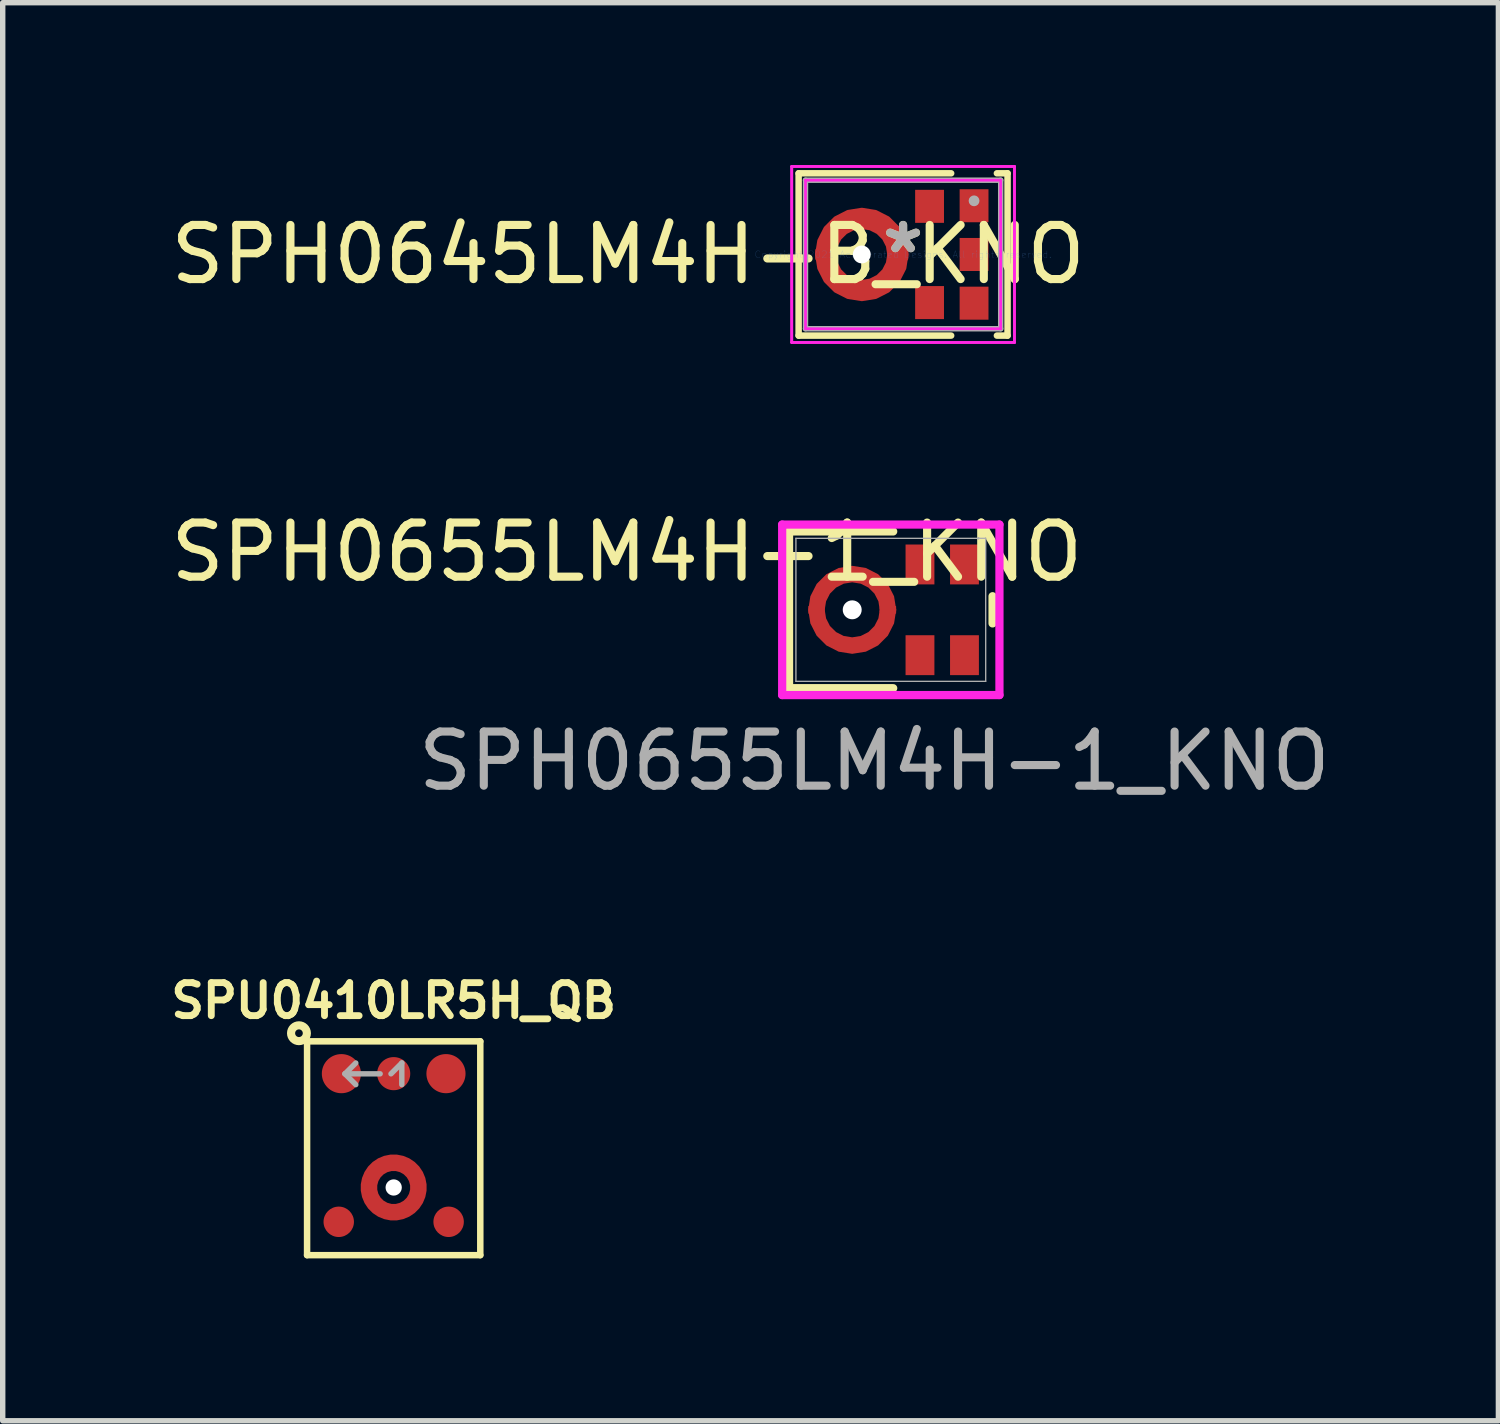
<source format=kicad_pcb>
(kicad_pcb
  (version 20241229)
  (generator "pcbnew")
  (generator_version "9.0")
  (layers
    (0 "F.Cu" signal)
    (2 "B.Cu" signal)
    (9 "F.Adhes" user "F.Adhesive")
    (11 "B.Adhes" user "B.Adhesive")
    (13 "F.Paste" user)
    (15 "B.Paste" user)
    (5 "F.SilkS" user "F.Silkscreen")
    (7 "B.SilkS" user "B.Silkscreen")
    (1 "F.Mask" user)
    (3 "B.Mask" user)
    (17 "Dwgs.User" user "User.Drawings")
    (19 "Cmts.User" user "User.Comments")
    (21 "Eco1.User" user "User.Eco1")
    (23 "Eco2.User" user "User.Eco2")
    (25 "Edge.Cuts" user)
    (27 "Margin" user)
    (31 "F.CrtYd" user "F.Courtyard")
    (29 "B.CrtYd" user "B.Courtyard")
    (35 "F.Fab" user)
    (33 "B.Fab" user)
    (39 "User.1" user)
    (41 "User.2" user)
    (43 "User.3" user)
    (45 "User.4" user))
  (footprint "SPH0645LM4H-B_KNO"
    (layer "F.Cu")
    (at 13.634 1.651)
    (property "Reference" "SPH0645LM4H-B_KNO" (at -5.08 0 0) (layer "F.SilkS") (effects (font (size 1 1) (thickness 0.15))))
    (attr through_hole)
    (fp_poly (pts (xy -0.245 -0.045) (xy -0.243 0) (xy -0.268 0.161) (xy -0.342 0.306) (xy -0.457 0.421) (xy -0.602 0.495) (xy -0.763 0.521) (xy -0.924 0.495) (xy -1.069 0.421) (xy -1.185 0.306) (xy -1.259 0.161) (xy -1.284 0) (xy -1.282 -0.045) (xy -1.573 -0.071) (xy -1.576 0) (xy -1.536 0.251) (xy -1.421 0.478) (xy -1.241 0.658) (xy -1.015 0.773) (xy -0.763 0.813) (xy -0.512 0.773) (xy -0.286 0.658) (xy -0.106 0.478) (xy 0.01 0.251) (xy 0.049 0) (xy 0.046 -0.071)) (stroke (width 0.1) (type solid)) (fill yes) (layer "F.Cu"))
    (fp_poly (pts (xy -0.245 0.045) (xy -0.243 0) (xy -0.268 -0.161) (xy -0.342 -0.306) (xy -0.457 -0.421) (xy -0.602 -0.495) (xy -0.763 -0.521) (xy -0.924 -0.495) (xy -1.069 -0.421) (xy -1.185 -0.306) (xy -1.259 -0.161) (xy -1.284 0) (xy -1.282 0.045) (xy -1.573 0.071) (xy -1.576 0) (xy -1.536 -0.251) (xy -1.421 -0.478) (xy -1.241 -0.658) (xy -1.015 -0.773) (xy -0.763 -0.813) (xy -0.512 -0.773) (xy -0.286 -0.658) (xy -0.106 -0.478) (xy 0.01 -0.251) (xy 0.049 0) (xy 0.046 0.071)) (stroke (width 0.1) (type solid)) (fill yes) (layer "F.Cu"))
    (fp_poly (pts (xy -0.245 -0.045) (xy -0.243 0) (xy -0.268 0.161) (xy -0.342 0.306) (xy -0.457 0.421) (xy -0.602 0.495) (xy -0.763 0.521) (xy -0.924 0.495) (xy -1.069 0.421) (xy -1.185 0.306) (xy -1.259 0.161) (xy -1.284 0) (xy -1.282 -0.045) (xy -1.573 -0.071) (xy -1.576 0) (xy -1.536 0.251) (xy -1.421 0.478) (xy -1.241 0.658) (xy -1.015 0.773) (xy -0.763 0.813) (xy -0.512 0.773) (xy -0.286 0.658) (xy -0.106 0.478) (xy 0.01 0.251) (xy 0.049 0) (xy 0.046 -0.071)) (stroke (width 0.1) (type solid)) (fill yes) (layer "F.Mask"))
    (fp_poly (pts (xy -0.245 0.045) (xy -0.243 0) (xy -0.268 -0.161) (xy -0.342 -0.306) (xy -0.457 -0.421) (xy -0.602 -0.495) (xy -0.763 -0.521) (xy -0.924 -0.495) (xy -1.069 -0.421) (xy -1.185 -0.306) (xy -1.259 -0.161) (xy -1.284 0) (xy -1.282 0.045) (xy -1.573 0.071) (xy -1.576 0) (xy -1.536 -0.251) (xy -1.421 -0.478) (xy -1.241 -0.658) (xy -1.015 -0.773) (xy -0.763 -0.813) (xy -0.512 -0.773) (xy -0.286 -0.658) (xy -0.106 -0.478) (xy 0.01 -0.251) (xy 0.049 0) (xy 0.046 0.071)) (stroke (width 0.1) (type solid)) (fill yes) (layer "F.Mask"))
    (fp_line (start -1.93 -1.499) (end -1.93 1.499) (stroke (width 0.12) (type solid)) (layer "F.SilkS"))
    (fp_line (start -1.93 1.499) (end 0.888 1.499) (stroke (width 0.12) (type solid)) (layer "F.SilkS"))
    (fp_line (start 0.888 -1.499) (end -1.93 -1.499) (stroke (width 0.12) (type solid)) (layer "F.SilkS"))
    (fp_line (start 1.733 1.499) (end 1.93 1.499) (stroke (width 0.12) (type solid)) (layer "F.SilkS"))
    (fp_line (start 1.93 -1.499) (end 1.733 -1.499) (stroke (width 0.12) (type solid)) (layer "F.SilkS"))
    (fp_line (start 1.93 1.499) (end 1.93 -1.499) (stroke (width 0.12) (type solid)) (layer "F.SilkS"))
    (fp_poly (pts (xy -0.245 -0.045) (xy -0.243 0) (xy -0.268 0.161) (xy -0.342 0.306) (xy -0.457 0.421) (xy -0.602 0.495) (xy -0.763 0.521) (xy -0.924 0.495) (xy -1.069 0.421) (xy -1.185 0.306) (xy -1.259 0.161) (xy -1.284 0) (xy -1.282 -0.045) (xy -1.573 -0.071) (xy -1.576 0) (xy -1.536 0.251) (xy -1.421 0.478) (xy -1.241 0.658) (xy -1.015 0.773) (xy -0.763 0.813) (xy -0.512 0.773) (xy -0.286 0.658) (xy -0.106 0.478) (xy 0.01 0.251) (xy 0.049 0) (xy 0.046 -0.071)) (stroke (width 0.1) (type solid)) (fill yes) (layer "F.Paste"))
    (fp_poly (pts (xy -0.245 0.045) (xy -0.243 0) (xy -0.268 -0.161) (xy -0.342 -0.306) (xy -0.457 -0.421) (xy -0.602 -0.495) (xy -0.763 -0.521) (xy -0.924 -0.495) (xy -1.069 -0.421) (xy -1.185 -0.306) (xy -1.259 -0.161) (xy -1.284 0) (xy -1.282 0.045) (xy -1.573 0.071) (xy -1.576 0) (xy -1.536 -0.251) (xy -1.421 -0.478) (xy -1.241 -0.658) (xy -1.015 -0.773) (xy -0.763 -0.813) (xy -0.512 -0.773) (xy -0.286 -0.658) (xy -0.106 -0.478) (xy 0.01 -0.251) (xy 0.049 0) (xy 0.046 0.071)) (stroke (width 0.1) (type solid)) (fill yes) (layer "F.Paste"))
    (fp_line (start -2.057 -1.626) (end 2.057 -1.626) (stroke (width 0.05) (type solid)) (layer "F.CrtYd"))
    (fp_line (start -2.057 -1.626) (end 2.057 -1.626) (stroke (width 0.05) (type solid)) (layer "F.CrtYd"))
    (fp_line (start -2.057 1.626) (end -2.057 -1.626) (stroke (width 0.05) (type solid)) (layer "F.CrtYd"))
    (fp_line (start -2.057 1.626) (end -2.057 -1.626) (stroke (width 0.05) (type solid)) (layer "F.CrtYd"))
    (fp_line (start -1.803 -1.372) (end 1.803 -1.372) (stroke (width 0.05) (type solid)) (layer "F.CrtYd"))
    (fp_line (start -1.803 1.372) (end -1.803 -1.372) (stroke (width 0.05) (type solid)) (layer "F.CrtYd"))
    (fp_line (start 1.803 -1.372) (end 1.803 1.372) (stroke (width 0.05) (type solid)) (layer "F.CrtYd"))
    (fp_line (start 1.803 1.372) (end -1.803 1.372) (stroke (width 0.05) (type solid)) (layer "F.CrtYd"))
    (fp_line (start 2.057 -1.626) (end 2.057 1.626) (stroke (width 0.05) (type solid)) (layer "F.CrtYd"))
    (fp_line (start 2.057 -1.626) (end 2.057 1.626) (stroke (width 0.05) (type solid)) (layer "F.CrtYd"))
    (fp_line (start 2.057 1.626) (end -2.057 1.626) (stroke (width 0.05) (type solid)) (layer "F.CrtYd"))
    (fp_line (start 2.057 1.626) (end -2.057 1.626) (stroke (width 0.05) (type solid)) (layer "F.CrtYd"))
    (fp_line (start -1.803 -1.372) (end -1.803 1.372) (stroke (width 0.1) (type solid)) (layer "F.Fab"))
    (fp_line (start -1.803 1.372) (end 1.803 1.372) (stroke (width 0.1) (type solid)) (layer "F.Fab"))
    (fp_line (start 1.803 -1.372) (end -1.803 -1.372) (stroke (width 0.1) (type solid)) (layer "F.Fab"))
    (fp_line (start 1.803 1.372) (end 1.803 -1.372) (stroke (width 0.1) (type solid)) (layer "F.Fab"))
    (fp_circle (center 1.311 -0.991) (end 1.311 -0.991) (stroke (width 0.1) (type solid)) (fill no) (layer "F.Fab"))
    (fp_text user "*" (at 0 0 0) (layer "F.SilkS") (effects (font (size 1 1) (thickness 0.15))))
    (fp_text user "Copyright 2021 Accelerated Designs. All rights reserved." (at 0 0 0) (layer "Cmts.User") (effects (font (size 0.127 0.127) (thickness 0.002))))
    (fp_text user "*" (at 0 0 0) (layer "F.Fab") (effects (font (size 1 1) (thickness 0.15))))
    (pad "" np_thru_hole circle (at -0.763 0) (size 0.33 0.33) (drill 0.33) (layers "*.Cu" "*.Mask"))
    (pad "1" smd rect (at 1.311 -0.9) (size 0.533 0.61) (layers "F.Cu" "F.Mask" "F.Paste"))
    (pad "2" smd rect (at 0.489 -0.889) (size 0.533 0.61) (layers "F.Cu" "F.Mask" "F.Paste"))
    (pad "3" smd roundrect (at -1.422 0) (size 0.3 0.4) (layers "F.Cu" "F.Mask" "F.Paste") (roundrect_rratio 0.25))
    (pad "4" smd rect (at 0.489 0.889) (size 0.533 0.61) (layers "F.Cu" "F.Mask" "F.Paste"))
    (pad "5" smd rect (at 1.311 0.9) (size 0.533 0.61) (layers "F.Cu" "F.Mask" "F.Paste"))
    (pad "6" smd rect (at 1.311 0) (size 0.533 0.61) (layers "F.Cu" "F.Mask" "F.Paste")))
  (footprint "SPH0655LM4H-1_KNO"
    (layer "F.Cu")
    (at 13.407 8.216)
    (property "Reference" "SPH0655LM4H-1_KNO" (at -4.877 -1.067 0) (unlocked yes) (layer "F.SilkS") (effects (font (size 1 1) (thickness 0.15))))
    (attr smd)
    (fp_poly (pts (xy 0.097 -0.071) (xy 0.1 0) (xy 0.06 0.251) (xy -0.055 0.478) (xy -0.235 0.658) (xy -0.461 0.773) (xy -0.713 0.813) (xy -0.964 0.773) (xy -1.19 0.658) (xy -1.37 0.478) (xy -1.486 0.251) (xy -1.525 0) (xy -1.522 -0.071) (xy -1.219 -0.044) (xy -1.221 0) (xy -1.196 0.157) (xy -1.124 0.299) (xy -1.011 0.411) (xy -0.87 0.483) (xy -0.713 0.508) (xy -0.556 0.483) (xy -0.414 0.411) (xy -0.302 0.299) (xy -0.229 0.157) (xy -0.205 0) (xy -0.207 -0.044)) (stroke (width 0) (type solid)) (fill yes) (layer "F.Cu"))
    (fp_poly (pts (xy 0.097 0.071) (xy 0.1 0) (xy 0.06 -0.251) (xy -0.055 -0.478) (xy -0.235 -0.658) (xy -0.461 -0.773) (xy -0.713 -0.813) (xy -0.964 -0.773) (xy -1.19 -0.658) (xy -1.37 -0.478) (xy -1.486 -0.251) (xy -1.525 0) (xy -1.522 0.071) (xy -1.219 0.044) (xy -1.221 0) (xy -1.196 -0.157) (xy -1.124 -0.299) (xy -1.011 -0.411) (xy -0.87 -0.483) (xy -0.713 -0.508) (xy -0.556 -0.483) (xy -0.414 -0.411) (xy -0.302 -0.299) (xy -0.229 -0.157) (xy -0.205 0) (xy -0.207 0.044)) (stroke (width 0) (type solid)) (fill yes) (layer "F.Cu"))
    (fp_poly (pts (xy 0.097 -0.071) (xy 0.1 0) (xy 0.06 0.251) (xy -0.055 0.478) (xy -0.235 0.658) (xy -0.461 0.773) (xy -0.713 0.813) (xy -0.964 0.773) (xy -1.19 0.658) (xy -1.37 0.478) (xy -1.486 0.251) (xy -1.525 0) (xy -1.522 -0.071) (xy -1.219 -0.044) (xy -1.221 0) (xy -1.196 0.157) (xy -1.124 0.299) (xy -1.011 0.411) (xy -0.87 0.483) (xy -0.713 0.508) (xy -0.556 0.483) (xy -0.414 0.411) (xy -0.302 0.299) (xy -0.229 0.157) (xy -0.205 0) (xy -0.207 -0.044)) (stroke (width 0) (type solid)) (fill yes) (layer "F.Mask"))
    (fp_poly (pts (xy 0.097 0.071) (xy 0.1 0) (xy 0.06 -0.251) (xy -0.055 -0.478) (xy -0.235 -0.658) (xy -0.461 -0.773) (xy -0.713 -0.813) (xy -0.964 -0.773) (xy -1.19 -0.658) (xy -1.37 -0.478) (xy -1.486 -0.251) (xy -1.525 0) (xy -1.522 0.071) (xy -1.219 0.044) (xy -1.221 0) (xy -1.196 -0.157) (xy -1.124 -0.299) (xy -1.011 -0.411) (xy -0.87 -0.483) (xy -0.713 -0.508) (xy -0.556 -0.483) (xy -0.414 -0.411) (xy -0.302 -0.299) (xy -0.229 -0.157) (xy -0.205 0) (xy -0.207 0.044)) (stroke (width 0) (type solid)) (fill yes) (layer "F.Mask"))
    (fp_line (start -1.88 -1.448) (end 0.044 -1.448) (stroke (width 0.152) (type solid)) (layer "F.SilkS"))
    (fp_line (start -1.88 1.448) (end -1.88 -1.448) (stroke (width 0.152) (type solid)) (layer "F.SilkS"))
    (fp_line (start 0.044 1.448) (end -1.88 1.448) (stroke (width 0.152) (type solid)) (layer "F.SilkS"))
    (fp_line (start 1.88 -0.251) (end 1.88 0.251) (stroke (width 0.152) (type solid)) (layer "F.SilkS"))
    (fp_poly (pts (xy 0.097 -0.071) (xy 0.1 0) (xy 0.06 0.251) (xy -0.055 0.478) (xy -0.235 0.658) (xy -0.461 0.773) (xy -0.713 0.813) (xy -0.964 0.773) (xy -1.19 0.658) (xy -1.37 0.478) (xy -1.486 0.251) (xy -1.525 0) (xy -1.522 -0.071) (xy -1.219 -0.044) (xy -1.221 0) (xy -1.196 0.157) (xy -1.124 0.299) (xy -1.011 0.411) (xy -0.87 0.483) (xy -0.713 0.508) (xy -0.556 0.483) (xy -0.414 0.411) (xy -0.302 0.299) (xy -0.229 0.157) (xy -0.205 0) (xy -0.207 -0.044)) (stroke (width 0) (type solid)) (fill yes) (layer "F.Paste"))
    (fp_poly (pts (xy 0.097 0.071) (xy 0.1 0) (xy 0.06 -0.251) (xy -0.055 -0.478) (xy -0.235 -0.658) (xy -0.461 -0.773) (xy -0.713 -0.813) (xy -0.964 -0.773) (xy -1.19 -0.658) (xy -1.37 -0.478) (xy -1.486 -0.251) (xy -1.525 0) (xy -1.522 0.071) (xy -1.219 0.044) (xy -1.221 0) (xy -1.196 -0.157) (xy -1.124 -0.299) (xy -1.011 -0.411) (xy -0.87 -0.483) (xy -0.713 -0.508) (xy -0.556 -0.483) (xy -0.414 -0.411) (xy -0.302 -0.299) (xy -0.229 -0.157) (xy -0.205 0) (xy -0.207 0.044)) (stroke (width 0) (type solid)) (fill yes) (layer "F.Paste"))
    (fp_line (start -2.007 -1.575) (end 2.007 -1.575) (stroke (width 0.152) (type solid)) (layer "F.CrtYd"))
    (fp_line (start -2.007 1.575) (end -2.007 -1.575) (stroke (width 0.152) (type solid)) (layer "F.CrtYd"))
    (fp_line (start 2.007 -1.575) (end 2.007 1.575) (stroke (width 0.152) (type solid)) (layer "F.CrtYd"))
    (fp_line (start 2.007 1.575) (end -2.007 1.575) (stroke (width 0.152) (type solid)) (layer "F.CrtYd"))
    (fp_line (start -1.753 -1.321) (end -1.753 1.321) (stroke (width 0.025) (type solid)) (layer "F.Fab"))
    (fp_line (start -1.753 1.321) (end 1.753 1.321) (stroke (width 0.025) (type solid)) (layer "F.Fab"))
    (fp_line (start 1.753 -1.321) (end -1.753 -1.321) (stroke (width 0.025) (type solid)) (layer "F.Fab"))
    (fp_line (start 1.753 1.321) (end 1.753 -1.321) (stroke (width 0.025) (type solid)) (layer "F.Fab"))
    (fp_circle (center 1.615 -1.32) (end 1.615 -1.32) (stroke (width 0.025) (type solid)) (fill no) (layer "F.Fab"))
    (fp_text user "${REFERENCE}" (at -0.305 2.794 0) (unlocked yes) (layer "F.Fab") (effects (font (size 1 1) (thickness 0.15))))
    (pad "" np_thru_hole circle (at -0.713 0) (size 0.35 0.35) (drill 0.35) (layers "*.Cu" "*.Mask"))
    (pad "1" smd rect (at 1.361 -0.838) (size 0.533 0.737) (layers "F.Cu" "F.Mask" "F.Paste"))
    (pad "2" smd rect (at 0.539 -0.838) (size 0.533 0.737) (layers "F.Cu" "F.Mask" "F.Paste"))
    (pad "3" smd rect (at -1.373 0) (size 0.051 0.051) (layers "F.Cu" "F.Mask" "F.Paste"))
    (pad "4" smd rect (at 0.539 0.838) (size 0.533 0.737) (layers "F.Cu" "F.Mask" "F.Paste"))
    (pad "5" smd rect (at 1.361 0.838) (size 0.533 0.737) (layers "F.Cu" "F.Mask" "F.Paste")))
  (footprint "SPU0410LR5H_QB"
    (layer "F.Cu")
    (at 4.223 18.888)
    (property "Reference" "SPU0410LR5H_QB" (at 0 -3.45 0) (unlocked yes) (layer "F.SilkS") (effects (font (size 0.61 0.61) (thickness 0.127))))
    (attr smd)
    (fp_line (start -1.6 -2.7) (end 1.6 -2.7) (stroke (width 0.12) (type solid)) (layer "F.SilkS"))
    (fp_line (start -1.6 1.25) (end -1.6 -2.7) (stroke (width 0.12) (type solid)) (layer "F.SilkS"))
    (fp_line (start 1.6 -2.7) (end 1.6 1.25) (stroke (width 0.12) (type solid)) (layer "F.SilkS"))
    (fp_line (start 1.6 1.25) (end -1.6 1.25) (stroke (width 0.12) (type solid)) (layer "F.SilkS"))
    (fp_circle (center -1.75 -2.85) (end -1.679 -2.85) (stroke (width 0.15) (type solid)) (fill no) (layer "F.SilkS"))
    (fp_arc (start -0.435 0.14) (mid -0.456548 0) (end -0.435 -0.14) (stroke (width 0.3) (type solid)) (layer "F.Paste"))
    (fp_arc (start -0.14 -0.435) (mid 0 -0.456548) (end 0.14 -0.435) (stroke (width 0.3) (type solid)) (layer "F.Paste"))
    (fp_arc (start 0.14 0.435) (mid 0 0.456548) (end -0.14 0.435) (stroke (width 0.3) (type solid)) (layer "F.Paste"))
    (fp_arc (start 0.435 -0.14) (mid 0.456548 0) (end 0.435 0.14) (stroke (width 0.3) (type solid)) (layer "F.Paste"))
    (fp_line (start -0.9 -2.1) (end -0.7 -2.3) (stroke (width 0.1) (type solid)) (layer "F.Fab"))
    (fp_line (start -0.9 -2.1) (end -0.7 -1.9) (stroke (width 0.1) (type solid)) (layer "F.Fab"))
    (fp_line (start -0.9 -2.1) (end -0.25 -2.1) (stroke (width 0.1) (type solid)) (layer "F.Fab"))
    (fp_line (start -0.05 -2.1) (end 0.15 -2.3) (stroke (width 0.1) (type solid)) (layer "F.Fab"))
    (fp_line (start 0.15 -2.3) (end 0.15 -1.9) (stroke (width 0.1) (type solid)) (layer "F.Fab"))
    (pad "" np_thru_hole circle (at 0 0) (size 0.3 0.3) (drill 0.3) (layers "*.Cu" "*.Mask"))
    (pad "1" smd circle (at -0.966 -2.103) (size 0.723 0.723) (layers "F.Cu" "F.Mask" "F.Paste"))
    (pad "2" smd circle (at -1.015 0.634) (size 0.562 0.562) (layers "F.Cu" "F.Mask" "F.Paste"))
    (pad "3" smd circle (at 1.015 0.634) (size 0.562 0.562) (layers "F.Cu" "F.Mask" "F.Paste"))
    (pad "4" smd circle (at 0.966 -2.103) (size 0.723 0.723) (layers "F.Cu" "F.Mask" "F.Paste"))
    (pad "5" smd circle (at 0 -2.103) (size 0.612 0.612) (layers "F.Cu" "F.Mask" "F.Paste"))
    (pad "6" smd custom (at 0 -0.5 90) (size 0.2 0.2) (layers "F.Cu" "F.Mask") (options (anchor circle)) (primitives (gr_circle (center -0.5 0) (end -0.043 0) (width 0.307) (fill no)))))
  (gr_rect
    (start -3 -3)
    (end 24.632 23.198)
    (stroke (width 0.1) (type default))
    (fill no)
    (layer "Edge.Cuts")))
</source>
